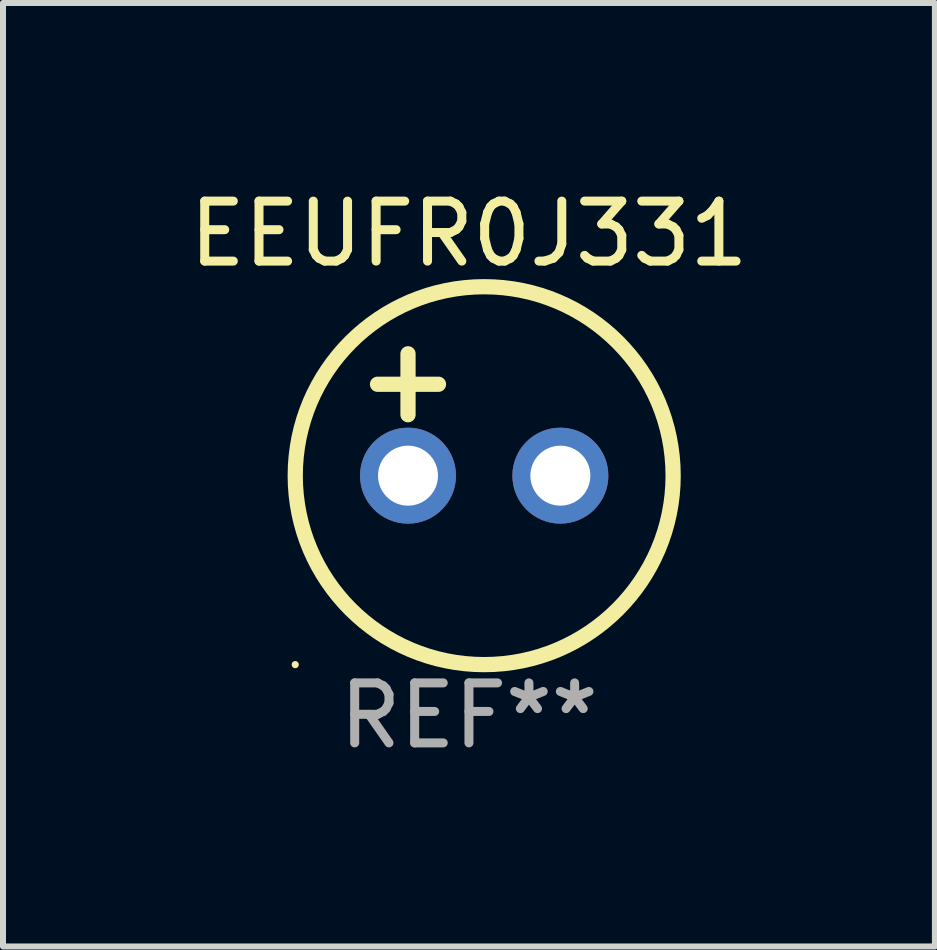
<source format=kicad_pcb>
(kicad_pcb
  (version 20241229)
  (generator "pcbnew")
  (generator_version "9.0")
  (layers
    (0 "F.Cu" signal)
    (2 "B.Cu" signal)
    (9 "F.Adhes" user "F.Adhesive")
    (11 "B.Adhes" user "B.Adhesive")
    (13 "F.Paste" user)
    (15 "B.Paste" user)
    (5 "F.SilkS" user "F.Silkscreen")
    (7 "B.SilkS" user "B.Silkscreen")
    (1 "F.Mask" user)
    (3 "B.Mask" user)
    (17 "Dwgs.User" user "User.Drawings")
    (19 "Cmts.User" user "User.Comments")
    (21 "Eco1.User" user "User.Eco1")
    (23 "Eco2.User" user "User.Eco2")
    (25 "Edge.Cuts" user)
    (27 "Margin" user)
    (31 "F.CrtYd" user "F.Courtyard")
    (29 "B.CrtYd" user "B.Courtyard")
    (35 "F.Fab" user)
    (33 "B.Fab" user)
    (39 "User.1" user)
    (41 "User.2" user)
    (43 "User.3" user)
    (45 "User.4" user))
  (footprint "EEUFR0J331"
    (layer "F.Cu")
    (at 4.768 3.864)
    (property "Reference" "EEUFR0J331" (at 0 -3.016 0) (layer "F.SilkS") (effects (font (size 1 1) (thickness 0.15))))
    (attr through_hole)
    (fp_line (start -1.524 -0.508) (end -0.508 -0.508) (stroke (width 0.254) (type solid)) (layer "F.SilkS"))
    (fp_line (start -1.016 -1.016) (end -1.016 0) (stroke (width 0.254) (type solid)) (layer "F.SilkS"))
    (fp_circle (center -2.896 4.166) (end -2.866 4.166) (stroke (width 0.06) (type solid)) (fill no) (layer "F.SilkS"))
    (fp_circle (center 0.254 1.016) (end 3.404 1.016) (stroke (width 0.254) (type solid)) (fill no) (layer "F.SilkS"))
    (fp_text user "REF**" (at 0 5.016 0) (layer "F.Fab") (effects (font (size 1 1) (thickness 0.15))))
    (pad "1" thru_hole circle (at -1.016 1.016) (size 1.6 1.6) (drill 1) (layers "*.Cu" "*.Mask"))
    (pad "2" thru_hole circle (at 1.524 1.016) (size 1.6 1.6) (drill 1) (layers "*.Cu" "*.Mask")))
  (gr_rect
    (start -3 -3)
    (end 12.536 12.729)
    (stroke (width 0.1) (type default))
    (fill no)
    (layer "Edge.Cuts")))
</source>
